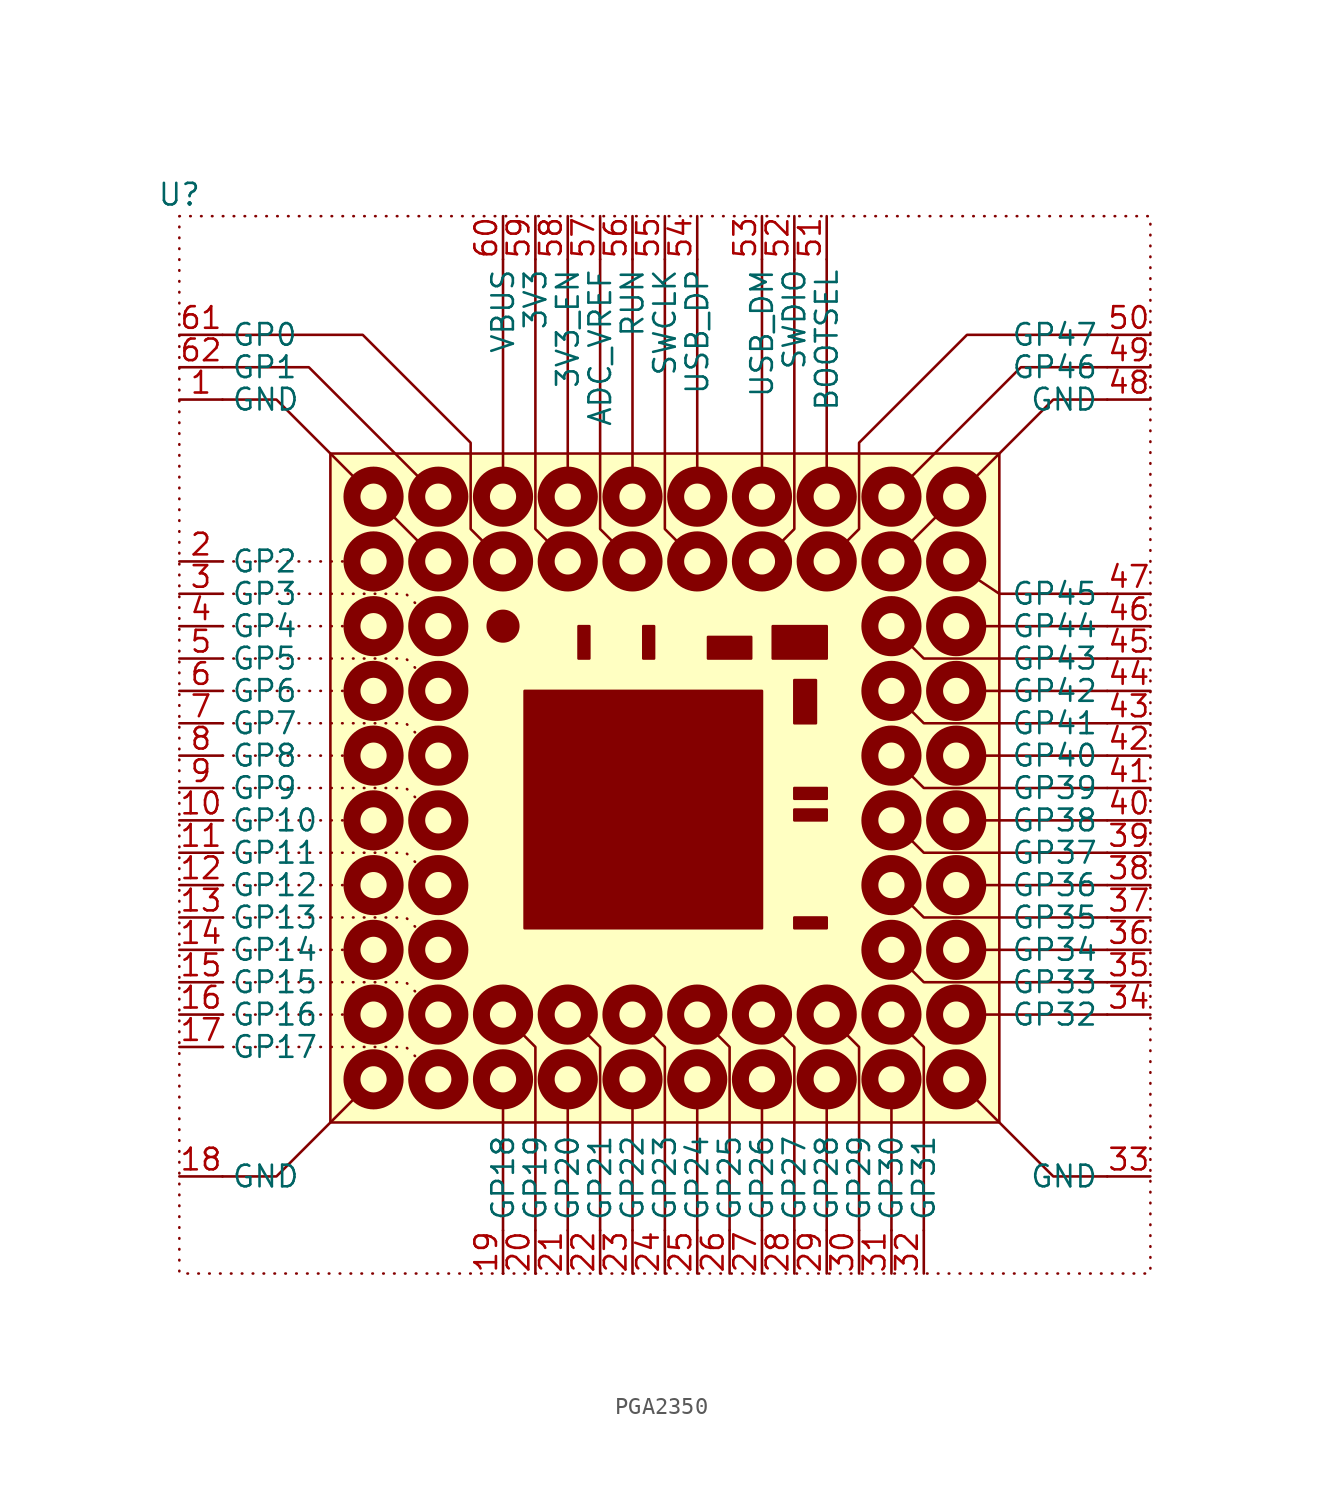
<source format=kicad_sym>
(kicad_symbol_lib
  (version 20231120)
  (generator "kicad_symbol_editor")
  (generator_version "8.0")
  (symbol "PGA2350"
    (property "Reference" "U"
      (at 0 1.27 0)
      (effects (font (size 1.27 1.27))))
    (property "Value" ""
      (at 0 0 0)
      (effects (font (size 1.27 1.27))))
    (symbol "PGA2350_1_1"
      (polyline (pts (xy 2.54 -46.99) (xy 10.16 -46.99)) (stroke (width 0) (type default)) (fill (type none)))
      (polyline (pts (xy 2.54 -43.18) (xy 10.16 -43.18)) (stroke (width 0) (type default)) (fill (type none)))
      (polyline (pts (xy 2.54 -39.37) (xy 10.16 -39.37)) (stroke (width 0) (type default)) (fill (type none)))
      (polyline (pts (xy 2.54 -35.56) (xy 10.16 -35.56)) (stroke (width 0) (type default)) (fill (type none)))
      (polyline (pts (xy 2.54 -31.75) (xy 10.16 -31.75)) (stroke (width 0) (type default)) (fill (type none)))
      (polyline (pts (xy 2.54 -27.94) (xy 10.16 -27.94)) (stroke (width 0) (type default)) (fill (type none)))
      (polyline (pts (xy 2.54 -24.13) (xy 10.16 -24.13)) (stroke (width 0) (type default)) (fill (type none)))
      (polyline (pts (xy 2.54 -20.32) (xy 10.16 -20.32)) (stroke (width 0) (type default)) (fill (type none)))
      (polyline (pts (xy 14.605 -19.685) (xy 12.065 -17.145)) (stroke (width 0) (type default)) (fill (type none)))
      (polyline (pts (xy 19.05 -59.69) (xy 19.05 -52.07)) (stroke (width 0) (type default)) (fill (type none)))
      (polyline (pts (xy 19.05 -2.54) (xy 19.05 -15.24)) (stroke (width 0) (type default)) (fill (type none)))
      (polyline (pts (xy 22.86 -59.69) (xy 22.86 -52.07)) (stroke (width 0) (type default)) (fill (type none)))
      (polyline (pts (xy 22.86 -2.54) (xy 22.86 -15.24)) (stroke (width 0) (type default)) (fill (type none)))
      (polyline (pts (xy 26.67 -59.69) (xy 26.67 -52.07)) (stroke (width 0) (type default)) (fill (type none)))
      (polyline (pts (xy 26.67 -2.54) (xy 26.67 -15.24)) (stroke (width 0) (type default)) (fill (type none)))
      (polyline (pts (xy 30.48 -59.69) (xy 30.48 -52.07)) (stroke (width 0) (type default)) (fill (type none)))
      (polyline (pts (xy 30.48 -2.54) (xy 30.48 -15.24)) (stroke (width 0) (type default)) (fill (type none)))
      (polyline (pts (xy 34.29 -59.69) (xy 34.29 -52.07)) (stroke (width 0) (type default)) (fill (type none)))
      (polyline (pts (xy 34.29 -2.54) (xy 34.29 -15.24)) (stroke (width 0) (type default)) (fill (type none)))
      (polyline (pts (xy 38.1 -59.69) (xy 38.1 -52.07)) (stroke (width 0) (type default)) (fill (type none)))
      (polyline (pts (xy 38.1 -2.54) (xy 38.1 -15.24)) (stroke (width 0) (type default)) (fill (type none)))
      (polyline (pts (xy 41.91 -59.69) (xy 41.91 -52.07)) (stroke (width 0) (type default)) (fill (type none)))
      (polyline (pts (xy 42.545 -19.685) (xy 45.085 -17.145)) (stroke (width 0) (type default)) (fill (type none)))
      (polyline (pts (xy 54.61 -46.99) (xy 46.99 -46.99)) (stroke (width 0) (type default)) (fill (type none)))
      (polyline (pts (xy 54.61 -43.18) (xy 46.99 -43.18)) (stroke (width 0) (type default)) (fill (type none)))
      (polyline (pts (xy 54.61 -39.37) (xy 46.99 -39.37)) (stroke (width 0) (type default)) (fill (type none)))
      (polyline (pts (xy 54.61 -35.56) (xy 46.99 -35.56)) (stroke (width 0) (type default)) (fill (type none)))
      (polyline (pts (xy 54.61 -31.75) (xy 46.99 -31.75)) (stroke (width 0) (type default)) (fill (type none)))
      (polyline (pts (xy 54.61 -27.94) (xy 46.99 -27.94)) (stroke (width 0) (type default)) (fill (type none)))
      (polyline (pts (xy 54.61 -24.13) (xy 46.99 -24.13)) (stroke (width 0) (type default)) (fill (type none)))
      (polyline (pts (xy 2.54 -48.895) (xy 13.335 -48.895) (xy 14.605 -50.165)) (stroke (width 0) (type default)) (fill (type none)))
      (polyline (pts (xy 2.54 -45.085) (xy 13.335 -45.085) (xy 14.605 -46.355)) (stroke (width 0) (type default)) (fill (type none)))
      (polyline (pts (xy 2.54 -41.275) (xy 13.335 -41.275) (xy 14.605 -42.545)) (stroke (width 0) (type default)) (fill (type none)))
      (polyline (pts (xy 2.54 -37.465) (xy 13.335 -37.465) (xy 14.605 -38.735)) (stroke (width 0) (type default)) (fill (type none)))
      (polyline (pts (xy 2.54 -33.655) (xy 13.335 -33.655) (xy 14.605 -34.925)) (stroke (width 0) (type default)) (fill (type none)))
      (polyline (pts (xy 2.54 -29.845) (xy 13.335 -29.845) (xy 14.605 -31.115)) (stroke (width 0) (type default)) (fill (type none)))
      (polyline (pts (xy 2.54 -26.035) (xy 13.335 -26.035) (xy 14.605 -27.305)) (stroke (width 0) (type default)) (fill (type none)))
      (polyline (pts (xy 2.54 -22.225) (xy 13.335 -22.225) (xy 14.605 -23.495)) (stroke (width 0) (type default)) (fill (type none)))
      (polyline (pts (xy 10.795 -51.435) (xy 5.715 -56.515) (xy 2.54 -56.515)) (stroke (width 0) (type default)) (fill (type none)))
      (polyline (pts (xy 10.795 -15.875) (xy 5.715 -10.795) (xy 2.54 -10.795)) (stroke (width 0) (type default)) (fill (type none)))
      (polyline (pts (xy 14.605 -15.875) (xy 7.62 -8.89) (xy 2.54 -8.89)) (stroke (width 0) (type default)) (fill (type none)))
      (polyline (pts (xy 20.955 -59.69) (xy 20.955 -48.895) (xy 19.685 -47.625)) (stroke (width 0) (type default)) (fill (type none)))
      (polyline (pts (xy 20.955 -2.54) (xy 20.955 -18.415) (xy 22.225 -19.685)) (stroke (width 0) (type default)) (fill (type none)))
      (polyline (pts (xy 24.765 -59.69) (xy 24.765 -48.895) (xy 23.495 -47.625)) (stroke (width 0) (type default)) (fill (type none)))
      (polyline (pts (xy 24.765 -2.54) (xy 24.765 -18.415) (xy 26.035 -19.685)) (stroke (width 0) (type default)) (fill (type none)))
      (polyline (pts (xy 28.575 -59.69) (xy 28.575 -48.895) (xy 27.305 -47.625)) (stroke (width 0) (type default)) (fill (type none)))
      (polyline (pts (xy 28.575 -2.54) (xy 28.575 -18.415) (xy 29.845 -19.685)) (stroke (width 0) (type default)) (fill (type none)))
      (polyline (pts (xy 32.385 -59.69) (xy 32.385 -48.895) (xy 31.115 -47.625)) (stroke (width 0) (type default)) (fill (type none)))
      (polyline (pts (xy 36.195 -59.69) (xy 36.195 -48.895) (xy 34.925 -47.625)) (stroke (width 0) (type default)) (fill (type none)))
      (polyline (pts (xy 36.195 -2.54) (xy 36.195 -18.415) (xy 34.925 -19.685)) (stroke (width 0) (type default)) (fill (type none)))
      (polyline (pts (xy 40.005 -59.69) (xy 40.005 -48.895) (xy 38.735 -47.625)) (stroke (width 0) (type default)) (fill (type none)))
      (polyline (pts (xy 42.545 -15.875) (xy 49.53 -8.89) (xy 54.61 -8.89)) (stroke (width 0) (type default)) (fill (type none)))
      (polyline (pts (xy 43.815 -59.69) (xy 43.815 -48.895) (xy 42.545 -47.625)) (stroke (width 0) (type default)) (fill (type none)))
      (polyline (pts (xy 46.355 -51.435) (xy 51.435 -56.515) (xy 54.61 -56.515)) (stroke (width 0) (type default)) (fill (type none)))
      (polyline (pts (xy 46.355 -15.875) (xy 51.435 -10.795) (xy 54.61 -10.795)) (stroke (width 0) (type default)) (fill (type none)))
      (polyline (pts (xy 54.61 -45.085) (xy 43.815 -45.085) (xy 42.545 -43.815)) (stroke (width 0) (type default)) (fill (type none)))
      (polyline (pts (xy 54.61 -41.275) (xy 43.815 -41.275) (xy 42.545 -40.005)) (stroke (width 0) (type default)) (fill (type none)))
      (polyline (pts (xy 54.61 -37.465) (xy 43.815 -37.465) (xy 42.545 -36.195)) (stroke (width 0) (type default)) (fill (type none)))
      (polyline (pts (xy 54.61 -33.655) (xy 43.815 -33.655) (xy 42.545 -32.385)) (stroke (width 0) (type default)) (fill (type none)))
      (polyline (pts (xy 54.61 -29.845) (xy 43.815 -29.845) (xy 42.545 -28.575)) (stroke (width 0) (type default)) (fill (type none)))
      (polyline (pts (xy 54.61 -26.035) (xy 43.815 -26.035) (xy 42.545 -24.765)) (stroke (width 0) (type default)) (fill (type none)))
      (polyline (pts (xy 54.61 -22.225) (xy 48.26 -22.225) (xy 46.355 -20.955)) (stroke (width 0) (type default)) (fill (type none)))
      (polyline (pts (xy 18.415 -19.685) (xy 17.145 -18.415) (xy 17.145 -13.335) (xy 10.795 -6.985) (xy 2.54 -6.985)) (stroke (width 0) (type default)) (fill (type none)))
      (polyline (pts (xy 38.735 -19.685) (xy 40.005 -18.415) (xy 40.005 -13.335) (xy 46.355 -6.985) (xy 54.61 -6.985)) (stroke (width 0) (type default)) (fill (type none)))
      (rectangle (start 0 0) (end 57.15 -62.23) (stroke (width 0) (type dot)) (fill (type none)))
      (rectangle (start 8.89 -13.97) (end 48.26 -53.34) (stroke (width 0) (type default)) (fill (type background)))
      (circle (center 11.43 -50.8) (radius 1.27) (stroke (width 1) (type default)) (fill (type none)))
      (circle (center 11.43 -46.99) (radius 1.27) (stroke (width 1) (type default)) (fill (type none)))
      (circle (center 11.43 -43.18) (radius 1.27) (stroke (width 1) (type default)) (fill (type none)))
      (circle (center 11.43 -39.37) (radius 1.27) (stroke (width 1) (type default)) (fill (type none)))
      (circle (center 11.43 -35.56) (radius 1.27) (stroke (width 1) (type default)) (fill (type none)))
      (circle (center 11.43 -31.75) (radius 1.27) (stroke (width 1) (type default)) (fill (type none)))
      (circle (center 11.43 -27.94) (radius 1.27) (stroke (width 1) (type default)) (fill (type none)))
      (circle (center 11.43 -24.13) (radius 1.27) (stroke (width 1) (type default)) (fill (type none)))
      (circle (center 11.43 -20.32) (radius 1.27) (stroke (width 1) (type default)) (fill (type none)))
      (circle (center 11.43 -16.51) (radius 1.27) (stroke (width 1) (type default)) (fill (type none)))
      (circle (center 15.24 -50.8) (radius 1.27) (stroke (width 1) (type default)) (fill (type none)))
      (circle (center 15.24 -46.99) (radius 1.27) (stroke (width 1) (type default)) (fill (type none)))
      (circle (center 15.24 -43.18) (radius 1.27) (stroke (width 1) (type default)) (fill (type none)))
      (circle (center 15.24 -39.37) (radius 1.27) (stroke (width 1) (type default)) (fill (type none)))
      (circle (center 15.24 -35.56) (radius 1.27) (stroke (width 1) (type default)) (fill (type none)))
      (circle (center 15.24 -31.75) (radius 1.27) (stroke (width 1) (type default)) (fill (type none)))
      (circle (center 15.24 -27.94) (radius 1.27) (stroke (width 1) (type default)) (fill (type none)))
      (circle (center 15.24 -24.13) (radius 1.27) (stroke (width 1) (type default)) (fill (type none)))
      (circle (center 15.24 -20.32) (radius 1.27) (stroke (width 1) (type default)) (fill (type none)))
      (circle (center 15.24 -16.51) (radius 1.27) (stroke (width 1) (type default)) (fill (type none)))
      (circle (center 19.05 -50.8) (radius 1.27) (stroke (width 1) (type default)) (fill (type none)))
      (circle (center 19.05 -46.99) (radius 1.27) (stroke (width 1) (type default)) (fill (type none)))
      (circle (center 19.05 -24.13) (radius 0.898) (stroke (width 0) (type default)) (fill (type outline)))
      (circle (center 19.05 -20.32) (radius 1.27) (stroke (width 1) (type default)) (fill (type none)))
      (circle (center 19.05 -16.51) (radius 1.27) (stroke (width 1) (type default)) (fill (type none)))
      (rectangle (start 20.32 -27.94) (end 34.29 -41.91) (stroke (width 0) (type default)) (fill (type outline)))
      (circle (center 22.86 -50.8) (radius 1.27) (stroke (width 1) (type default)) (fill (type none)))
      (circle (center 22.86 -46.99) (radius 1.27) (stroke (width 1) (type default)) (fill (type none)))
      (circle (center 22.86 -20.32) (radius 1.27) (stroke (width 1) (type default)) (fill (type none)))
      (circle (center 22.86 -16.51) (radius 1.27) (stroke (width 1) (type default)) (fill (type none)))
      (rectangle (start 23.495 -24.13) (end 24.13 -26.035) (stroke (width 0) (type default)) (fill (type outline)))
      (circle (center 26.67 -50.8) (radius 1.27) (stroke (width 1) (type default)) (fill (type none)))
      (circle (center 26.67 -46.99) (radius 1.27) (stroke (width 1) (type default)) (fill (type none)))
      (circle (center 26.67 -20.32) (radius 1.27) (stroke (width 1) (type default)) (fill (type none)))
      (circle (center 26.67 -16.51) (radius 1.27) (stroke (width 1) (type default)) (fill (type none)))
      (rectangle (start 27.305 -24.13) (end 27.94 -26.035) (stroke (width 0) (type default)) (fill (type outline)))
      (circle (center 30.48 -50.8) (radius 1.27) (stroke (width 1) (type default)) (fill (type none)))
      (circle (center 30.48 -46.99) (radius 1.27) (stroke (width 1) (type default)) (fill (type none)))
      (circle (center 30.48 -20.32) (radius 1.27) (stroke (width 1) (type default)) (fill (type none)))
      (circle (center 30.48 -16.51) (radius 1.27) (stroke (width 1) (type default)) (fill (type none)))
      (rectangle (start 31.115 -26.035) (end 33.655 -24.765) (stroke (width 0) (type default)) (fill (type outline)))
      (circle (center 34.29 -50.8) (radius 1.27) (stroke (width 1) (type default)) (fill (type none)))
      (circle (center 34.29 -46.99) (radius 1.27) (stroke (width 1) (type default)) (fill (type none)))
      (circle (center 34.29 -20.32) (radius 1.27) (stroke (width 1) (type default)) (fill (type none)))
      (circle (center 34.29 -16.51) (radius 1.27) (stroke (width 1) (type default)) (fill (type none)))
      (rectangle (start 34.925 -24.13) (end 38.1 -26.035) (stroke (width 0) (type default)) (fill (type outline)))
      (rectangle (start 36.195 -41.91) (end 38.1 -41.275) (stroke (width 0) (type default)) (fill (type outline)))
      (rectangle (start 36.195 -35.56) (end 38.1 -34.925) (stroke (width 0) (type default)) (fill (type outline)))
      (rectangle (start 36.195 -34.29) (end 38.1 -33.655) (stroke (width 0) (type default)) (fill (type outline)))
      (rectangle (start 36.195 -27.305) (end 37.465 -29.845) (stroke (width 0) (type default)) (fill (type outline)))
      (circle (center 38.1 -50.8) (radius 1.27) (stroke (width 1) (type default)) (fill (type none)))
      (circle (center 38.1 -46.99) (radius 1.27) (stroke (width 1) (type default)) (fill (type none)))
      (circle (center 38.1 -20.32) (radius 1.27) (stroke (width 1) (type default)) (fill (type none)))
      (circle (center 38.1 -16.51) (radius 1.27) (stroke (width 1) (type default)) (fill (type none)))
      (circle (center 41.91 -50.8) (radius 1.27) (stroke (width 1) (type default)) (fill (type none)))
      (circle (center 41.91 -46.99) (radius 1.27) (stroke (width 1) (type default)) (fill (type none)))
      (circle (center 41.91 -43.18) (radius 1.27) (stroke (width 1) (type default)) (fill (type none)))
      (circle (center 41.91 -39.37) (radius 1.27) (stroke (width 1) (type default)) (fill (type none)))
      (circle (center 41.91 -35.56) (radius 1.27) (stroke (width 1) (type default)) (fill (type none)))
      (circle (center 41.91 -31.75) (radius 1.27) (stroke (width 1) (type default)) (fill (type none)))
      (circle (center 41.91 -27.94) (radius 1.27) (stroke (width 1) (type default)) (fill (type none)))
      (circle (center 41.91 -24.13) (radius 1.27) (stroke (width 1) (type default)) (fill (type none)))
      (circle (center 41.91 -20.32) (radius 1.27) (stroke (width 1) (type default)) (fill (type none)))
      (circle (center 41.91 -16.51) (radius 1.27) (stroke (width 1) (type default)) (fill (type none)))
      (circle (center 45.72 -50.8) (radius 1.27) (stroke (width 1) (type default)) (fill (type none)))
      (circle (center 45.72 -46.99) (radius 1.27) (stroke (width 1) (type default)) (fill (type none)))
      (circle (center 45.72 -43.18) (radius 1.27) (stroke (width 1) (type default)) (fill (type none)))
      (circle (center 45.72 -39.37) (radius 1.27) (stroke (width 1) (type default)) (fill (type none)))
      (circle (center 45.72 -35.56) (radius 1.27) (stroke (width 1) (type default)) (fill (type none)))
      (circle (center 45.72 -31.75) (radius 1.27) (stroke (width 1) (type default)) (fill (type none)))
      (circle (center 45.72 -27.94) (radius 1.27) (stroke (width 1) (type default)) (fill (type none)))
      (circle (center 45.72 -24.13) (radius 1.27) (stroke (width 1) (type default)) (fill (type none)))
      (circle (center 45.72 -20.32) (radius 1.27) (stroke (width 1) (type default)) (fill (type none)))
      (circle (center 45.72 -16.51) (radius 1.27) (stroke (width 1) (type default)) (fill (type none)))
      (pin bidirectional line (at 0 -10.795 0) (length 2.54) (name "GND" (effects (font (size 1.27 1.27)))) (number "1" (effects (font (size 1.27 1.27)))))
      (pin bidirectional line (at 0 -35.56 0) (length 2.54) (name "GP10" (effects (font (size 1.27 1.27)))) (number "10" (effects (font (size 1.27 1.27)))))
      (pin bidirectional line (at 0 -37.465 0) (length 2.54) (name "GP11" (effects (font (size 1.27 1.27)))) (number "11" (effects (font (size 1.27 1.27)))))
      (pin bidirectional line (at 0 -39.37 0) (length 2.54) (name "GP12" (effects (font (size 1.27 1.27)))) (number "12" (effects (font (size 1.27 1.27)))))
      (pin bidirectional line (at 0 -41.275 0) (length 2.54) (name "GP13" (effects (font (size 1.27 1.27)))) (number "13" (effects (font (size 1.27 1.27)))))
      (pin bidirectional line (at 0 -43.18 0) (length 2.54) (name "GP14" (effects (font (size 1.27 1.27)))) (number "14" (effects (font (size 1.27 1.27)))))
      (pin bidirectional line (at 0 -45.085 0) (length 2.54) (name "GP15" (effects (font (size 1.27 1.27)))) (number "15" (effects (font (size 1.27 1.27)))))
      (pin bidirectional line (at 0 -46.99 0) (length 2.54) (name "GP16" (effects (font (size 1.27 1.27)))) (number "16" (effects (font (size 1.27 1.27)))))
      (pin bidirectional line (at 0 -48.895 0) (length 2.54) (name "GP17" (effects (font (size 1.27 1.27)))) (number "17" (effects (font (size 1.27 1.27)))))
      (pin bidirectional line (at 0 -56.515 0) (length 2.54) (name "GND" (effects (font (size 1.27 1.27)))) (number "18" (effects (font (size 1.27 1.27)))))
      (pin bidirectional line (at 19.05 -62.23 90) (length 2.54) (name "GP18" (effects (font (size 1.27 1.27)))) (number "19" (effects (font (size 1.27 1.27)))))
      (pin bidirectional line (at 0 -20.32 0) (length 2.54) (name "GP2" (effects (font (size 1.27 1.27)))) (number "2" (effects (font (size 1.27 1.27)))))
      (pin bidirectional line (at 20.955 -62.23 90) (length 2.54) (name "GP19" (effects (font (size 1.27 1.27)))) (number "20" (effects (font (size 1.27 1.27)))))
      (pin bidirectional line (at 22.86 -62.23 90) (length 2.54) (name "GP20" (effects (font (size 1.27 1.27)))) (number "21" (effects (font (size 1.27 1.27)))))
      (pin bidirectional line (at 24.765 -62.23 90) (length 2.54) (name "GP21" (effects (font (size 1.27 1.27)))) (number "22" (effects (font (size 1.27 1.27)))))
      (pin bidirectional line (at 26.67 -62.23 90) (length 2.54) (name "GP22" (effects (font (size 1.27 1.27)))) (number "23" (effects (font (size 1.27 1.27)))))
      (pin bidirectional line (at 28.575 -62.23 90) (length 2.54) (name "GP23" (effects (font (size 1.27 1.27)))) (number "24" (effects (font (size 1.27 1.27)))))
      (pin bidirectional line (at 30.48 -62.23 90) (length 2.54) (name "GP24" (effects (font (size 1.27 1.27)))) (number "25" (effects (font (size 1.27 1.27)))))
      (pin bidirectional line (at 32.385 -62.23 90) (length 2.54) (name "GP25" (effects (font (size 1.27 1.27)))) (number "26" (effects (font (size 1.27 1.27)))))
      (pin bidirectional line (at 34.29 -62.23 90) (length 2.54) (name "GP26" (effects (font (size 1.27 1.27)))) (number "27" (effects (font (size 1.27 1.27)))))
      (pin bidirectional line (at 36.195 -62.23 90) (length 2.54) (name "GP27" (effects (font (size 1.27 1.27)))) (number "28" (effects (font (size 1.27 1.27)))))
      (pin bidirectional line (at 38.1 -62.23 90) (length 2.54) (name "GP28" (effects (font (size 1.27 1.27)))) (number "29" (effects (font (size 1.27 1.27)))))
      (pin bidirectional line (at 0 -22.225 0) (length 2.54) (name "GP3" (effects (font (size 1.27 1.27)))) (number "3" (effects (font (size 1.27 1.27)))))
      (pin bidirectional line (at 40.005 -62.23 90) (length 2.54) (name "GP29" (effects (font (size 1.27 1.27)))) (number "30" (effects (font (size 1.27 1.27)))))
      (pin bidirectional line (at 41.91 -62.23 90) (length 2.54) (name "GP30" (effects (font (size 1.27 1.27)))) (number "31" (effects (font (size 1.27 1.27)))))
      (pin bidirectional line (at 43.815 -62.23 90) (length 2.54) (name "GP31" (effects (font (size 1.27 1.27)))) (number "32" (effects (font (size 1.27 1.27)))))
      (pin bidirectional line (at 57.15 -56.515 180) (length 2.54) (name "GND" (effects (font (size 1.27 1.27)))) (number "33" (effects (font (size 1.27 1.27)))))
      (pin bidirectional line (at 57.15 -46.99 180) (length 2.54) (name "GP32" (effects (font (size 1.27 1.27)))) (number "34" (effects (font (size 1.27 1.27)))))
      (pin bidirectional line (at 57.15 -45.085 180) (length 2.54) (name "GP33" (effects (font (size 1.27 1.27)))) (number "35" (effects (font (size 1.27 1.27)))))
      (pin bidirectional line (at 57.15 -43.18 180) (length 2.54) (name "GP34" (effects (font (size 1.27 1.27)))) (number "36" (effects (font (size 1.27 1.27)))))
      (pin bidirectional line (at 57.15 -41.275 180) (length 2.54) (name "GP35" (effects (font (size 1.27 1.27)))) (number "37" (effects (font (size 1.27 1.27)))))
      (pin bidirectional line (at 57.15 -39.37 180) (length 2.54) (name "GP36" (effects (font (size 1.27 1.27)))) (number "38" (effects (font (size 1.27 1.27)))))
      (pin bidirectional line (at 57.15 -37.465 180) (length 2.54) (name "GP37" (effects (font (size 1.27 1.27)))) (number "39" (effects (font (size 1.27 1.27)))))
      (pin bidirectional line (at 0 -24.13 0) (length 2.54) (name "GP4" (effects (font (size 1.27 1.27)))) (number "4" (effects (font (size 1.27 1.27)))))
      (pin bidirectional line (at 57.15 -35.56 180) (length 2.54) (name "GP38" (effects (font (size 1.27 1.27)))) (number "40" (effects (font (size 1.27 1.27)))))
      (pin bidirectional line (at 57.15 -33.655 180) (length 2.54) (name "GP39" (effects (font (size 1.27 1.27)))) (number "41" (effects (font (size 1.27 1.27)))))
      (pin bidirectional line (at 57.15 -31.75 180) (length 2.54) (name "GP40" (effects (font (size 1.27 1.27)))) (number "42" (effects (font (size 1.27 1.27)))))
      (pin bidirectional line (at 57.15 -29.845 180) (length 2.54) (name "GP41" (effects (font (size 1.27 1.27)))) (number "43" (effects (font (size 1.27 1.27)))))
      (pin bidirectional line (at 57.15 -27.94 180) (length 2.54) (name "GP42" (effects (font (size 1.27 1.27)))) (number "44" (effects (font (size 1.27 1.27)))))
      (pin bidirectional line (at 57.15 -26.035 180) (length 2.54) (name "GP43" (effects (font (size 1.27 1.27)))) (number "45" (effects (font (size 1.27 1.27)))))
      (pin bidirectional line (at 57.15 -24.13 180) (length 2.54) (name "GP44" (effects (font (size 1.27 1.27)))) (number "46" (effects (font (size 1.27 1.27)))))
      (pin bidirectional line (at 57.15 -22.225 180) (length 2.54) (name "GP45" (effects (font (size 1.27 1.27)))) (number "47" (effects (font (size 1.27 1.27)))))
      (pin bidirectional line (at 57.15 -10.795 180) (length 2.54) (name "GND" (effects (font (size 1.27 1.27)))) (number "48" (effects (font (size 1.27 1.27)))))
      (pin bidirectional line (at 57.15 -8.89 180) (length 2.54) (name "GP46" (effects (font (size 1.27 1.27)))) (number "49" (effects (font (size 1.27 1.27)))))
      (pin bidirectional line (at 0 -26.035 0) (length 2.54) (name "GP5" (effects (font (size 1.27 1.27)))) (number "5" (effects (font (size 1.27 1.27)))))
      (pin bidirectional line (at 57.15 -6.985 180) (length 2.54) (name "GP47" (effects (font (size 1.27 1.27)))) (number "50" (effects (font (size 1.27 1.27)))))
      (pin bidirectional line (at 38.1 0 270) (length 2.54) (name "BOOTSEL" (effects (font (size 1.27 1.27)))) (number "51" (effects (font (size 1.27 1.27)))))
      (pin bidirectional line (at 36.195 0 270) (length 2.54) (name "SWDIO" (effects (font (size 1.27 1.27)))) (number "52" (effects (font (size 1.27 1.27)))))
      (pin bidirectional line (at 34.29 0 270) (length 2.54) (name "USB_DM" (effects (font (size 1.27 1.27)))) (number "53" (effects (font (size 1.27 1.27)))))
      (pin bidirectional line (at 30.48 0 270) (length 2.54) (name "USB_DP" (effects (font (size 1.27 1.27)))) (number "54" (effects (font (size 1.27 1.27)))))
      (pin bidirectional line (at 28.575 0 270) (length 2.54) (name "SWCLK" (effects (font (size 1.27 1.27)))) (number "55" (effects (font (size 1.27 1.27)))))
      (pin bidirectional line (at 26.67 0 270) (length 2.54) (name "RUN" (effects (font (size 1.27 1.27)))) (number "56" (effects (font (size 1.27 1.27)))))
      (pin bidirectional line (at 24.765 0 270) (length 2.54) (name "ADC_VREF" (effects (font (size 1.27 1.27)))) (number "57" (effects (font (size 1.27 1.27)))))
      (pin bidirectional line (at 22.86 0 270) (length 2.54) (name "3V3_EN" (effects (font (size 1.27 1.27)))) (number "58" (effects (font (size 1.27 1.27)))))
      (pin bidirectional line (at 20.955 0 270) (length 2.54) (name "3V3" (effects (font (size 1.27 1.27)))) (number "59" (effects (font (size 1.27 1.27)))))
      (pin bidirectional line (at 0 -27.94 0) (length 2.54) (name "GP6" (effects (font (size 1.27 1.27)))) (number "6" (effects (font (size 1.27 1.27)))))
      (pin bidirectional line (at 19.05 0 270) (length 2.54) (name "VBUS" (effects (font (size 1.27 1.27)))) (number "60" (effects (font (size 1.27 1.27)))))
      (pin bidirectional line (at 0 -6.985 0) (length 2.54) (name "GP0" (effects (font (size 1.27 1.27)))) (number "61" (effects (font (size 1.27 1.27)))))
      (pin bidirectional line (at 0 -8.89 0) (length 2.54) (name "GP1" (effects (font (size 1.27 1.27)))) (number "62" (effects (font (size 1.27 1.27)))))
      (pin bidirectional line (at 0 -29.845 0) (length 2.54) (name "GP7" (effects (font (size 1.27 1.27)))) (number "7" (effects (font (size 1.27 1.27)))))
      (pin bidirectional line (at 0 -31.75 0) (length 2.54) (name "GP8" (effects (font (size 1.27 1.27)))) (number "8" (effects (font (size 1.27 1.27)))))
      (pin bidirectional line (at 0 -33.655 0) (length 2.54) (name "GP9" (effects (font (size 1.27 1.27)))) (number "9" (effects (font (size 1.27 1.27))))))))
</source>
